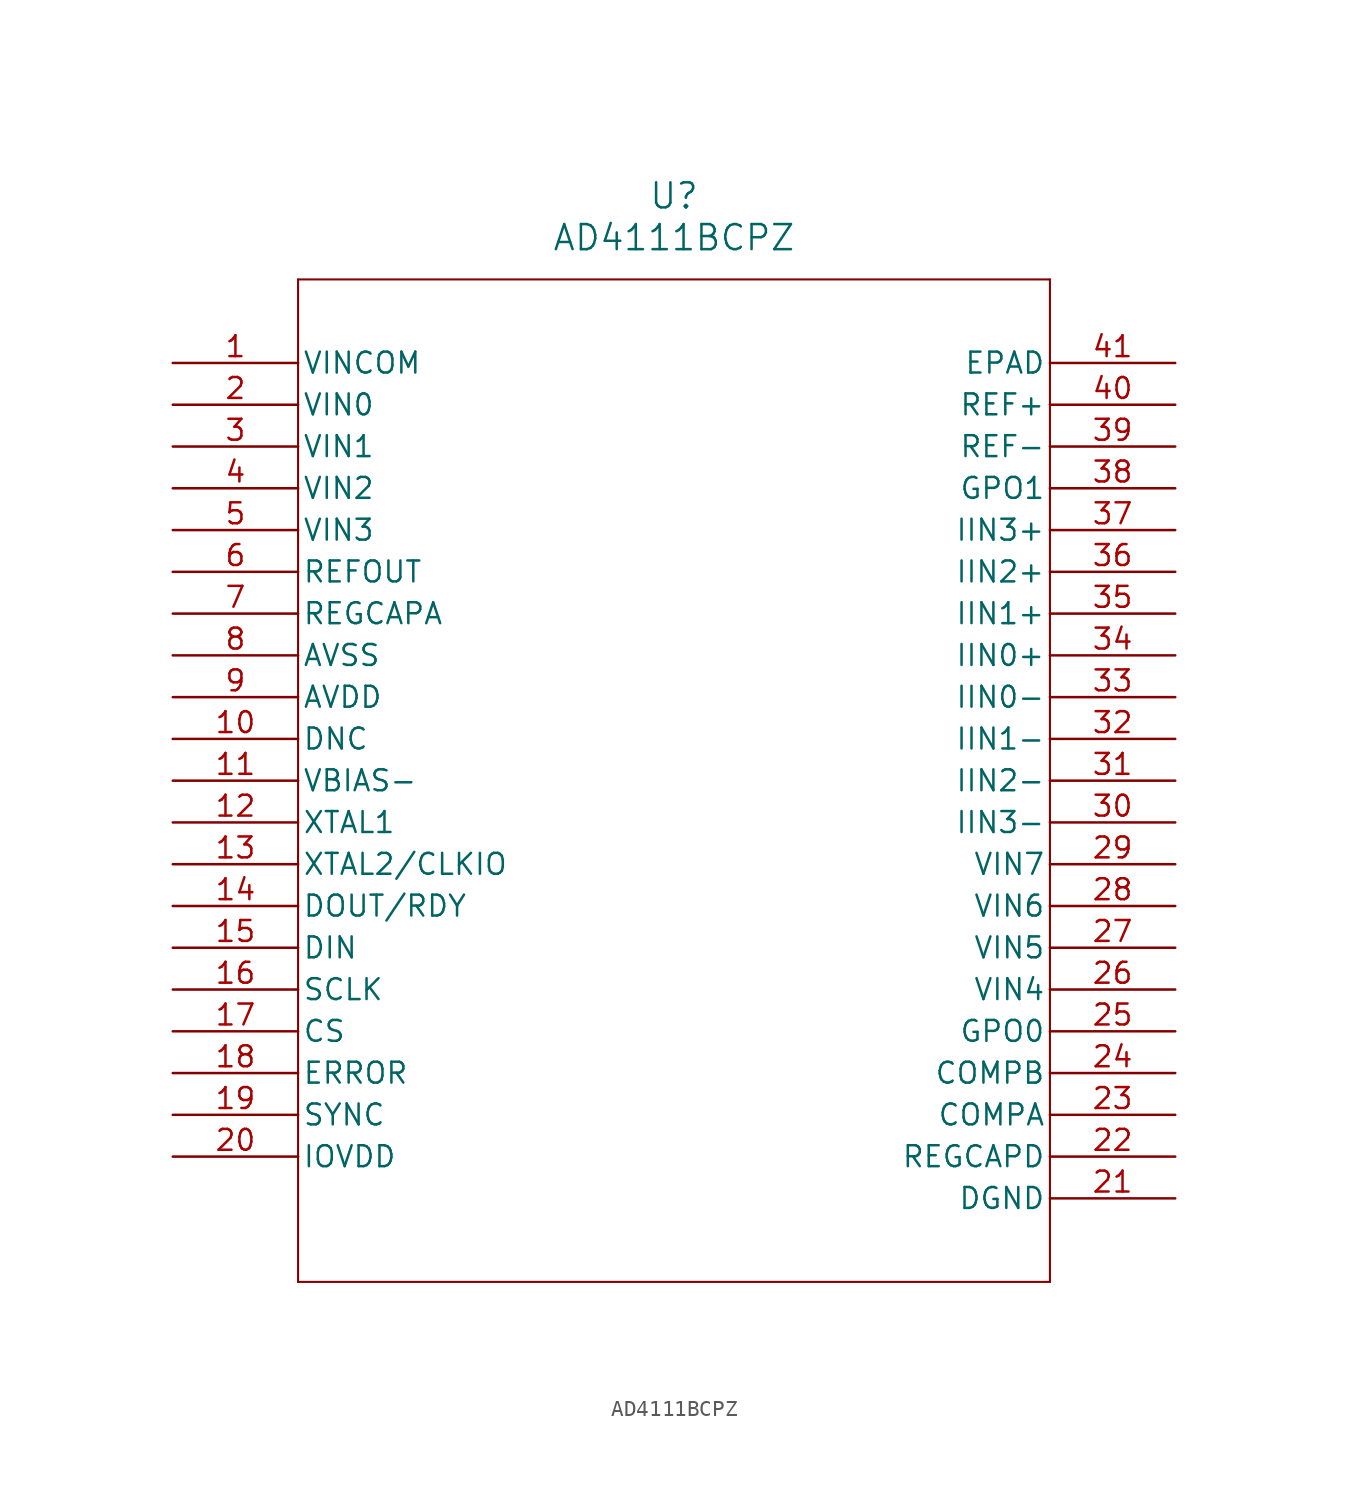
<source format=kicad_sym>
(kicad_symbol_lib
  (version 20220914)
  (generator kicad_symbol_editor)
  (symbol "AD4111BCPZ"
    (pin_names
      (offset 0.254))
    (property "Reference" "U"
      (at 30.48 10.16 0)
      (effects (font (size 1.524 1.524))))
    (property "Value" "AD4111BCPZ"
      (at 30.48 7.62 0)
      (effects (font (size 1.524 1.524))))
    (property "ki_locked" ""
      (at 0 0 0)
      (effects (font (size 1.27 1.27))))
    (symbol "AD4111BCPZ_0_1"
      (polyline (pts (xy 7.62 -55.88) (xy 53.34 -55.88)) (stroke (width 0.127) (type default)) (fill (type none)))
      (polyline (pts (xy 7.62 5.08) (xy 7.62 -55.88)) (stroke (width 0.127) (type default)) (fill (type none)))
      (polyline (pts (xy 53.34 -55.88) (xy 53.34 5.08)) (stroke (width 0.127) (type default)) (fill (type none)))
      (polyline (pts (xy 53.34 5.08) (xy 7.62 5.08)) (stroke (width 0.127) (type default)) (fill (type none)))
      (pin unspecified line (at 0 0 0) (length 7.62) (name "VINCOM" (effects (font (size 1.27 1.27)))) (number "1" (effects (font (size 1.27 1.27)))))
      (pin unspecified line (at 0 -22.86 0) (length 7.62) (name "DNC" (effects (font (size 1.27 1.27)))) (number "10" (effects (font (size 1.27 1.27)))))
      (pin unspecified line (at 0 -25.4 0) (length 7.62) (name "VBIAS-" (effects (font (size 1.27 1.27)))) (number "11" (effects (font (size 1.27 1.27)))))
      (pin unspecified line (at 0 -27.94 0) (length 7.62) (name "XTAL1" (effects (font (size 1.27 1.27)))) (number "12" (effects (font (size 1.27 1.27)))))
      (pin unspecified line (at 0 -30.48 0) (length 7.62) (name "XTAL2/CLKIO" (effects (font (size 1.27 1.27)))) (number "13" (effects (font (size 1.27 1.27)))))
      (pin unspecified line (at 0 -33.02 0) (length 7.62) (name "DOUT/RDY" (effects (font (size 1.27 1.27)))) (number "14" (effects (font (size 1.27 1.27)))))
      (pin unspecified line (at 0 -35.56 0) (length 7.62) (name "DIN" (effects (font (size 1.27 1.27)))) (number "15" (effects (font (size 1.27 1.27)))))
      (pin unspecified line (at 0 -38.1 0) (length 7.62) (name "SCLK" (effects (font (size 1.27 1.27)))) (number "16" (effects (font (size 1.27 1.27)))))
      (pin unspecified line (at 0 -40.64 0) (length 7.62) (name "CS" (effects (font (size 1.27 1.27)))) (number "17" (effects (font (size 1.27 1.27)))))
      (pin unspecified line (at 0 -43.18 0) (length 7.62) (name "ERROR" (effects (font (size 1.27 1.27)))) (number "18" (effects (font (size 1.27 1.27)))))
      (pin unspecified line (at 0 -45.72 0) (length 7.62) (name "SYNC" (effects (font (size 1.27 1.27)))) (number "19" (effects (font (size 1.27 1.27)))))
      (pin unspecified line (at 0 -2.54 0) (length 7.62) (name "VIN0" (effects (font (size 1.27 1.27)))) (number "2" (effects (font (size 1.27 1.27)))))
      (pin unspecified line (at 0 -48.26 0) (length 7.62) (name "IOVDD" (effects (font (size 1.27 1.27)))) (number "20" (effects (font (size 1.27 1.27)))))
      (pin unspecified line (at 60.96 -50.8 180) (length 7.62) (name "DGND" (effects (font (size 1.27 1.27)))) (number "21" (effects (font (size 1.27 1.27)))))
      (pin unspecified line (at 60.96 -48.26 180) (length 7.62) (name "REGCAPD" (effects (font (size 1.27 1.27)))) (number "22" (effects (font (size 1.27 1.27)))))
      (pin unspecified line (at 60.96 -45.72 180) (length 7.62) (name "COMPA" (effects (font (size 1.27 1.27)))) (number "23" (effects (font (size 1.27 1.27)))))
      (pin unspecified line (at 60.96 -43.18 180) (length 7.62) (name "COMPB" (effects (font (size 1.27 1.27)))) (number "24" (effects (font (size 1.27 1.27)))))
      (pin unspecified line (at 60.96 -38.1 180) (length 7.62) (name "VIN4" (effects (font (size 1.27 1.27)))) (number "26" (effects (font (size 1.27 1.27)))))
      (pin unspecified line (at 60.96 -35.56 180) (length 7.62) (name "VIN5" (effects (font (size 1.27 1.27)))) (number "27" (effects (font (size 1.27 1.27)))))
      (pin unspecified line (at 60.96 -33.02 180) (length 7.62) (name "VIN6" (effects (font (size 1.27 1.27)))) (number "28" (effects (font (size 1.27 1.27)))))
      (pin unspecified line (at 60.96 -30.48 180) (length 7.62) (name "VIN7" (effects (font (size 1.27 1.27)))) (number "29" (effects (font (size 1.27 1.27)))))
      (pin unspecified line (at 0 -5.08 0) (length 7.62) (name "VIN1" (effects (font (size 1.27 1.27)))) (number "3" (effects (font (size 1.27 1.27)))))
      (pin unspecified line (at 60.96 -27.94 180) (length 7.62) (name "IIN3-" (effects (font (size 1.27 1.27)))) (number "30" (effects (font (size 1.27 1.27)))))
      (pin unspecified line (at 60.96 -25.4 180) (length 7.62) (name "IIN2-" (effects (font (size 1.27 1.27)))) (number "31" (effects (font (size 1.27 1.27)))))
      (pin unspecified line (at 60.96 -22.86 180) (length 7.62) (name "IIN1-" (effects (font (size 1.27 1.27)))) (number "32" (effects (font (size 1.27 1.27)))))
      (pin unspecified line (at 60.96 -20.32 180) (length 7.62) (name "IIN0-" (effects (font (size 1.27 1.27)))) (number "33" (effects (font (size 1.27 1.27)))))
      (pin unspecified line (at 60.96 -17.78 180) (length 7.62) (name "IIN0+" (effects (font (size 1.27 1.27)))) (number "34" (effects (font (size 1.27 1.27)))))
      (pin unspecified line (at 60.96 -15.24 180) (length 7.62) (name "IIN1+" (effects (font (size 1.27 1.27)))) (number "35" (effects (font (size 1.27 1.27)))))
      (pin unspecified line (at 60.96 -12.7 180) (length 7.62) (name "IIN2+" (effects (font (size 1.27 1.27)))) (number "36" (effects (font (size 1.27 1.27)))))
      (pin unspecified line (at 60.96 -10.16 180) (length 7.62) (name "IIN3+" (effects (font (size 1.27 1.27)))) (number "37" (effects (font (size 1.27 1.27)))))
      (pin unspecified line (at 60.96 -7.62 180) (length 7.62) (name "GPO1" (effects (font (size 1.27 1.27)))) (number "38" (effects (font (size 1.27 1.27)))))
      (pin unspecified line (at 60.96 -5.08 180) (length 7.62) (name "REF-" (effects (font (size 1.27 1.27)))) (number "39" (effects (font (size 1.27 1.27)))))
      (pin unspecified line (at 60.96 -2.54 180) (length 7.62) (name "REF+" (effects (font (size 1.27 1.27)))) (number "40" (effects (font (size 1.27 1.27)))))
      (pin unspecified line (at 60.96 0 180) (length 7.62) (name "EPAD" (effects (font (size 1.27 1.27)))) (number "41" (effects (font (size 1.27 1.27)))))
      (pin unspecified line (at 0 -10.16 0) (length 7.62) (name "VIN3" (effects (font (size 1.27 1.27)))) (number "5" (effects (font (size 1.27 1.27)))))
      (pin unspecified line (at 0 -12.7 0) (length 7.62) (name "REFOUT" (effects (font (size 1.27 1.27)))) (number "6" (effects (font (size 1.27 1.27)))))
      (pin unspecified line (at 0 -15.24 0) (length 7.62) (name "REGCAPA" (effects (font (size 1.27 1.27)))) (number "7" (effects (font (size 1.27 1.27)))))
      (pin unspecified line (at 0 -17.78 0) (length 7.62) (name "AVSS" (effects (font (size 1.27 1.27)))) (number "8" (effects (font (size 1.27 1.27)))))
      (pin unspecified line (at 0 -20.32 0) (length 7.62) (name "AVDD" (effects (font (size 1.27 1.27)))) (number "9" (effects (font (size 1.27 1.27))))))
    (symbol "AD4111BCPZ_1_1"
      (pin unspecified line (at 60.96 -40.64 180) (length 7.62) (name "GPO0" (effects (font (size 1.27 1.27)))) (number "25" (effects (font (size 1.27 1.27)))))
      (pin unspecified line (at 0 -7.62 0) (length 7.62) (name "VIN2" (effects (font (size 1.27 1.27)))) (number "4" (effects (font (size 1.27 1.27))))))))
</source>
